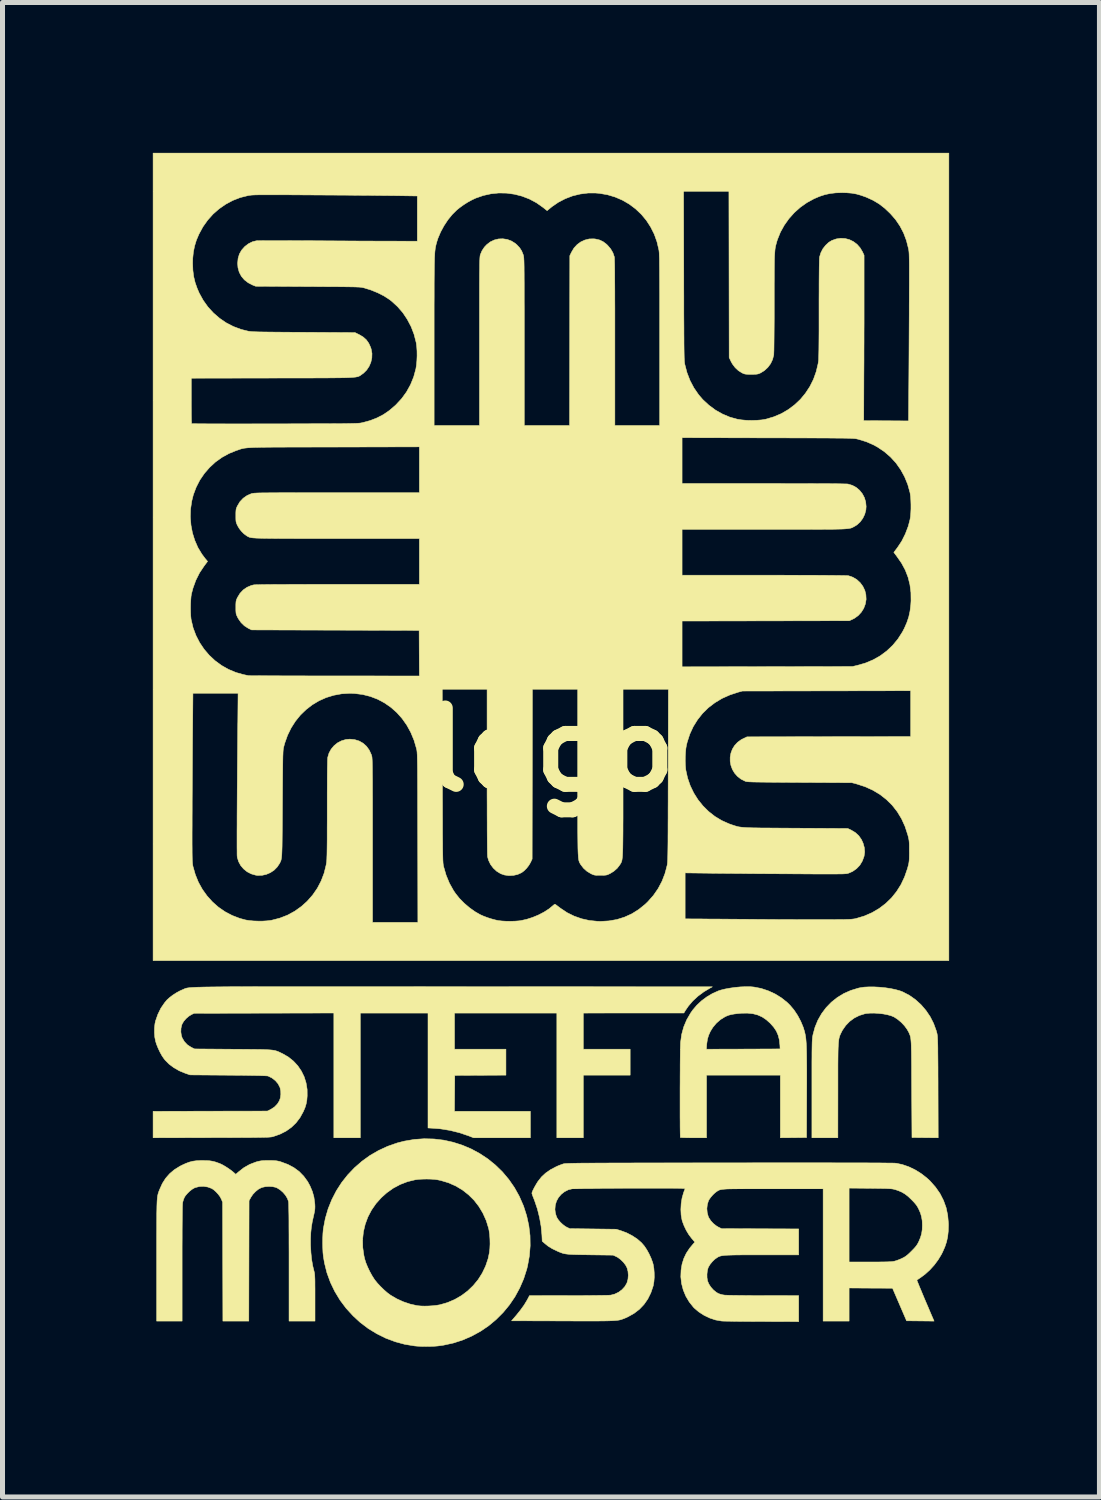
<source format=kicad_pcb>
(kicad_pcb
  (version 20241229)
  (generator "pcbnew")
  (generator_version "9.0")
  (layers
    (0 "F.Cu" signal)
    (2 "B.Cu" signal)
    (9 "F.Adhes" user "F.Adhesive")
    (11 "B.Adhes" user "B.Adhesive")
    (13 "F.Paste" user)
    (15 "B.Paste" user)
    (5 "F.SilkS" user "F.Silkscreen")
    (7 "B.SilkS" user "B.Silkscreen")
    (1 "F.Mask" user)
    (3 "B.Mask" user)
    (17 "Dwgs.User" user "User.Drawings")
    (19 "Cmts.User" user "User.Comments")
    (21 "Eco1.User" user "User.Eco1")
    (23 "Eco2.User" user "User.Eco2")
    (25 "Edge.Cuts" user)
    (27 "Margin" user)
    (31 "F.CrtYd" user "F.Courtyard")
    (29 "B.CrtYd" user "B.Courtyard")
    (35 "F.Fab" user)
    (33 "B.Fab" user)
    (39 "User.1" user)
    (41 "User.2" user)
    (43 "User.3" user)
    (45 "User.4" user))
  (footprint "logo"
    (layer "F.Cu")
    (at 7.94 11.913)
    (property "Reference" "logo" (at 0 0 0) (layer "F.SilkS") (effects (font (size 1.524 1.524) (thickness 0.3))))
    (attr through_hole)
    (fp_poly (pts (xy 3.982 4.727) (xy 4.057 4.734) (xy 4.2 4.762) (xy 4.341 4.809) (xy 4.476 4.871) (xy 4.601 4.948) (xy 4.715 5.038) (xy 4.776 5.098) (xy 4.855 5.192) (xy 4.927 5.3) (xy 4.989 5.417) (xy 5.039 5.537) (xy 5.066 5.625) (xy 5.073 5.657) (xy 5.08 5.689) (xy 5.086 5.724) (xy 5.091 5.763) (xy 5.095 5.807) (xy 5.099 5.857) (xy 5.102 5.915) (xy 5.104 5.982) (xy 5.106 6.06) (xy 5.107 6.15) (xy 5.108 6.252) (xy 5.109 6.37) (xy 5.109 6.503) (xy 5.109 6.654) (xy 5.108 6.823) (xy 5.108 6.868) (xy 5.105 7.737) (xy 4.844 7.74) (xy 4.582 7.742) (xy 4.582 6.492) (xy 3.109 6.492) (xy 3.109 7.742) (xy 2.852 7.742) (xy 2.781 7.742) (xy 2.718 7.741) (xy 2.664 7.74) (xy 2.622 7.738) (xy 2.596 7.737) (xy 2.587 7.735) (xy 2.586 7.724) (xy 2.585 7.694) (xy 2.584 7.647) (xy 2.583 7.585) (xy 2.582 7.51) (xy 2.582 7.423) (xy 2.581 7.326) (xy 2.581 7.221) (xy 2.581 7.109) (xy 2.581 6.993) (xy 2.581 6.874) (xy 2.581 6.753) (xy 2.582 6.633) (xy 2.582 6.515) (xy 2.583 6.4) (xy 2.583 6.292) (xy 2.584 6.191) (xy 2.585 6.098) (xy 2.586 6.017) (xy 2.587 5.974) (xy 3.106 5.974) (xy 3.841 5.972) (xy 4.577 5.969) (xy 4.574 5.898) (xy 4.563 5.791) (xy 4.539 5.697) (xy 4.502 5.612) (xy 4.448 5.532) (xy 4.379 5.455) (xy 4.3 5.385) (xy 4.218 5.33) (xy 4.131 5.291) (xy 4.035 5.266) (xy 3.929 5.255) (xy 3.81 5.256) (xy 3.734 5.263) (xy 3.66 5.272) (xy 3.601 5.283) (xy 3.551 5.296) (xy 3.506 5.314) (xy 3.48 5.326) (xy 3.389 5.382) (xy 3.306 5.454) (xy 3.235 5.539) (xy 3.186 5.618) (xy 3.151 5.696) (xy 3.128 5.772) (xy 3.115 5.857) (xy 3.112 5.885) (xy 3.106 5.974) (xy 2.587 5.974) (xy 2.587 5.948) (xy 2.589 5.894) (xy 2.59 5.855) (xy 2.591 5.839) (xy 2.613 5.68) (xy 2.654 5.53) (xy 2.714 5.387) (xy 2.793 5.251) (xy 2.835 5.191) (xy 2.916 5.096) (xy 3.01 5.008) (xy 3.115 4.93) (xy 3.226 4.864) (xy 3.339 4.813) (xy 3.389 4.796) (xy 3.476 4.774) (xy 3.574 4.756) (xy 3.679 4.741) (xy 3.786 4.731) (xy 3.889 4.727) (xy 3.982 4.727)) (stroke (width 0.01) (type solid)) (fill yes) (layer "F.SilkS"))
    (fp_poly (pts (xy 6.452 4.731) (xy 6.563 4.737) (xy 6.674 4.748) (xy 6.782 4.764) (xy 6.881 4.785) (xy 6.968 4.809) (xy 7.025 4.831) (xy 7.156 4.899) (xy 7.278 4.985) (xy 7.389 5.086) (xy 7.487 5.2) (xy 7.572 5.325) (xy 7.64 5.459) (xy 7.692 5.601) (xy 7.708 5.659) (xy 7.711 5.673) (xy 7.713 5.689) (xy 7.716 5.707) (xy 7.718 5.73) (xy 7.719 5.758) (xy 7.721 5.794) (xy 7.722 5.837) (xy 7.724 5.89) (xy 7.725 5.953) (xy 7.725 6.028) (xy 7.726 6.116) (xy 7.727 6.219) (xy 7.728 6.338) (xy 7.728 6.473) (xy 7.729 6.627) (xy 7.729 6.739) (xy 7.732 7.742) (xy 7.209 7.737) (xy 7.203 6.761) (xy 7.202 6.597) (xy 7.201 6.451) (xy 7.201 6.324) (xy 7.2 6.212) (xy 7.199 6.116) (xy 7.198 6.033) (xy 7.196 5.963) (xy 7.195 5.904) (xy 7.193 5.855) (xy 7.19 5.815) (xy 7.187 5.782) (xy 7.184 5.755) (xy 7.18 5.732) (xy 7.175 5.713) (xy 7.17 5.696) (xy 7.163 5.68) (xy 7.156 5.663) (xy 7.15 5.647) (xy 7.112 5.578) (xy 7.06 5.507) (xy 6.997 5.44) (xy 6.927 5.381) (xy 6.856 5.334) (xy 6.849 5.33) (xy 6.791 5.306) (xy 6.717 5.286) (xy 6.634 5.27) (xy 6.545 5.26) (xy 6.455 5.254) (xy 6.37 5.255) (xy 6.294 5.262) (xy 6.269 5.267) (xy 6.159 5.301) (xy 6.057 5.352) (xy 5.965 5.42) (xy 5.886 5.502) (xy 5.82 5.597) (xy 5.8 5.636) (xy 5.789 5.659) (xy 5.779 5.68) (xy 5.77 5.701) (xy 5.763 5.723) (xy 5.756 5.747) (xy 5.75 5.775) (xy 5.746 5.808) (xy 5.742 5.847) (xy 5.739 5.893) (xy 5.736 5.948) (xy 5.734 6.014) (xy 5.733 6.091) (xy 5.732 6.18) (xy 5.731 6.284) (xy 5.731 6.404) (xy 5.731 6.54) (xy 5.731 6.694) (xy 5.731 6.81) (xy 5.73 7.742) (xy 5.212 7.742) (xy 5.212 6.766) (xy 5.212 6.603) (xy 5.212 6.459) (xy 5.212 6.332) (xy 5.212 6.223) (xy 5.213 6.128) (xy 5.213 6.046) (xy 5.214 5.977) (xy 5.215 5.92) (xy 5.216 5.871) (xy 5.217 5.832) (xy 5.219 5.799) (xy 5.221 5.772) (xy 5.223 5.749) (xy 5.225 5.729) (xy 5.228 5.711) (xy 5.232 5.694) (xy 5.233 5.686) (xy 5.274 5.535) (xy 5.332 5.394) (xy 5.407 5.263) (xy 5.497 5.143) (xy 5.601 5.036) (xy 5.718 4.943) (xy 5.847 4.864) (xy 5.987 4.802) (xy 6.137 4.756) (xy 6.169 4.749) (xy 6.251 4.736) (xy 6.347 4.731) (xy 6.452 4.731)) (stroke (width 0.01) (type solid)) (fill yes) (layer "F.SilkS"))
    (fp_poly (pts (xy -2.33 7.766) (xy -2.137 7.789) (xy -1.948 7.831) (xy -1.763 7.89) (xy -1.586 7.965) (xy -1.416 8.057) (xy -1.254 8.164) (xy -1.104 8.286) (xy -0.964 8.422) (xy -0.837 8.573) (xy -0.724 8.736) (xy -0.626 8.912) (xy -0.625 8.915) (xy -0.542 9.105) (xy -0.48 9.299) (xy -0.437 9.496) (xy -0.413 9.696) (xy -0.41 9.897) (xy -0.426 10.098) (xy -0.462 10.298) (xy -0.478 10.363) (xy -0.54 10.557) (xy -0.62 10.741) (xy -0.715 10.916) (xy -0.826 11.079) (xy -0.951 11.23) (xy -1.09 11.369) (xy -1.24 11.494) (xy -1.402 11.604) (xy -1.574 11.698) (xy -1.755 11.777) (xy -1.944 11.838) (xy -2.141 11.881) (xy -2.258 11.897) (xy -2.324 11.902) (xy -2.403 11.905) (xy -2.489 11.906) (xy -2.574 11.905) (xy -2.653 11.901) (xy -2.713 11.896) (xy -2.91 11.864) (xy -3.103 11.812) (xy -3.29 11.742) (xy -3.47 11.653) (xy -3.642 11.548) (xy -3.804 11.425) (xy -3.942 11.298) (xy -4.083 11.144) (xy -4.205 10.981) (xy -4.31 10.807) (xy -4.397 10.626) (xy -4.466 10.436) (xy -4.515 10.24) (xy -4.537 10.109) (xy -4.545 10.032) (xy -4.549 9.942) (xy -4.551 9.844) (xy -4.55 9.773) (xy -3.754 9.773) (xy -3.751 9.931) (xy -3.728 10.092) (xy -3.713 10.159) (xy -3.689 10.236) (xy -3.654 10.321) (xy -3.612 10.409) (xy -3.566 10.493) (xy -3.519 10.567) (xy -3.508 10.582) (xy -3.457 10.645) (xy -3.395 10.711) (xy -3.328 10.776) (xy -3.262 10.834) (xy -3.2 10.88) (xy -3.194 10.884) (xy -3.073 10.955) (xy -2.943 11.014) (xy -2.808 11.06) (xy -2.674 11.09) (xy -2.647 11.094) (xy -2.587 11.099) (xy -2.515 11.101) (xy -2.435 11.099) (xy -2.355 11.094) (xy -2.282 11.086) (xy -2.221 11.076) (xy -2.215 11.075) (xy -2.061 11.031) (xy -1.916 10.969) (xy -1.781 10.891) (xy -1.657 10.798) (xy -1.546 10.691) (xy -1.448 10.572) (xy -1.366 10.442) (xy -1.299 10.302) (xy -1.249 10.153) (xy -1.224 10.033) (xy -1.215 9.952) (xy -1.211 9.861) (xy -1.213 9.766) (xy -1.219 9.673) (xy -1.231 9.589) (xy -1.239 9.55) (xy -1.287 9.394) (xy -1.353 9.247) (xy -1.434 9.112) (xy -1.529 8.989) (xy -1.639 8.88) (xy -1.761 8.784) (xy -1.895 8.704) (xy -2.04 8.64) (xy -2.194 8.594) (xy -2.255 8.581) (xy -2.317 8.572) (xy -2.393 8.567) (xy -2.476 8.565) (xy -2.56 8.567) (xy -2.637 8.571) (xy -2.703 8.58) (xy -2.704 8.58) (xy -2.857 8.617) (xy -3.003 8.673) (xy -3.142 8.747) (xy -3.273 8.84) (xy -3.38 8.936) (xy -3.487 9.055) (xy -3.577 9.185) (xy -3.649 9.323) (xy -3.702 9.467) (xy -3.738 9.618) (xy -3.754 9.773) (xy -4.55 9.773) (xy -4.55 9.746) (xy -4.546 9.652) (xy -4.539 9.571) (xy -4.536 9.55) (xy -4.498 9.351) (xy -4.442 9.159) (xy -4.368 8.975) (xy -4.278 8.8) (xy -4.172 8.635) (xy -4.051 8.482) (xy -3.916 8.34) (xy -3.768 8.211) (xy -3.609 8.096) (xy -3.438 7.997) (xy -3.257 7.913) (xy -3.067 7.846) (xy -2.922 7.809) (xy -2.724 7.775) (xy -2.526 7.761) (xy -2.33 7.766)) (stroke (width 0.01) (type solid)) (fill yes) (layer "F.SilkS"))
    (fp_poly (pts (xy -6.871 8.197) (xy -6.807 8.201) (xy -6.75 8.21) (xy -6.694 8.224) (xy -6.632 8.246) (xy -6.604 8.256) (xy -6.553 8.28) (xy -6.494 8.314) (xy -6.432 8.354) (xy -6.373 8.396) (xy -6.33 8.431) (xy -6.285 8.471) (xy -6.233 8.425) (xy -6.125 8.34) (xy -6.009 8.274) (xy -5.884 8.226) (xy -5.857 8.218) (xy -5.819 8.209) (xy -5.782 8.202) (xy -5.741 8.198) (xy -5.69 8.196) (xy -5.624 8.196) (xy -5.561 8.196) (xy -5.514 8.198) (xy -5.476 8.201) (xy -5.443 8.207) (xy -5.408 8.215) (xy -5.38 8.224) (xy -5.245 8.274) (xy -5.125 8.338) (xy -5.019 8.416) (xy -4.928 8.51) (xy -4.85 8.617) (xy -4.804 8.702) (xy -4.757 8.813) (xy -4.726 8.923) (xy -4.71 9.039) (xy -4.707 9.068) (xy -4.705 9.113) (xy -4.706 9.151) (xy -4.709 9.186) (xy -4.716 9.226) (xy -4.727 9.277) (xy -4.733 9.302) (xy -4.759 9.42) (xy -4.777 9.529) (xy -4.788 9.636) (xy -4.793 9.749) (xy -4.793 9.874) (xy -4.793 9.886) (xy -4.785 10.036) (xy -4.771 10.172) (xy -4.749 10.299) (xy -4.724 10.401) (xy -4.719 10.42) (xy -4.715 10.439) (xy -4.712 10.461) (xy -4.71 10.487) (xy -4.708 10.52) (xy -4.706 10.561) (xy -4.705 10.613) (xy -4.705 10.678) (xy -4.704 10.757) (xy -4.704 10.853) (xy -4.704 10.937) (xy -4.704 11.4) (xy -5.222 11.4) (xy -5.222 10.232) (xy -5.222 10.026) (xy -5.223 9.84) (xy -5.223 9.673) (xy -5.224 9.527) (xy -5.224 9.399) (xy -5.225 9.29) (xy -5.227 9.199) (xy -5.228 9.126) (xy -5.229 9.071) (xy -5.231 9.034) (xy -5.233 9.014) (xy -5.233 9.012) (xy -5.255 8.952) (xy -5.292 8.89) (xy -5.341 8.832) (xy -5.398 8.782) (xy -5.458 8.744) (xy -5.491 8.73) (xy -5.552 8.717) (xy -5.621 8.713) (xy -5.692 8.717) (xy -5.756 8.731) (xy -5.774 8.737) (xy -5.833 8.768) (xy -5.891 8.815) (xy -5.944 8.871) (xy -5.985 8.932) (xy -5.985 8.933) (xy -6.02 8.997) (xy -6.025 11.4) (xy -6.542 11.4) (xy -6.545 10.213) (xy -6.548 9.027) (xy -6.572 8.968) (xy -6.597 8.92) (xy -6.635 8.869) (xy -6.679 8.821) (xy -6.726 8.779) (xy -6.766 8.753) (xy -6.845 8.724) (xy -6.929 8.711) (xy -7.014 8.715) (xy -7.094 8.736) (xy -7.113 8.744) (xy -7.159 8.771) (xy -7.209 8.811) (xy -7.255 8.857) (xy -7.293 8.903) (xy -7.31 8.931) (xy -7.326 8.969) (xy -7.34 9.014) (xy -7.344 9.03) (xy -7.346 9.047) (xy -7.348 9.078) (xy -7.35 9.124) (xy -7.351 9.186) (xy -7.352 9.264) (xy -7.353 9.359) (xy -7.354 9.47) (xy -7.355 9.6) (xy -7.355 9.747) (xy -7.356 9.914) (xy -7.356 10.1) (xy -7.356 10.242) (xy -7.356 11.4) (xy -7.864 11.4) (xy -7.864 10.193) (xy -7.864 10.007) (xy -7.864 9.84) (xy -7.864 9.691) (xy -7.863 9.558) (xy -7.863 9.442) (xy -7.862 9.34) (xy -7.862 9.251) (xy -7.86 9.174) (xy -7.859 9.108) (xy -7.857 9.053) (xy -7.855 9.005) (xy -7.852 8.966) (xy -7.849 8.932) (xy -7.845 8.904) (xy -7.84 8.879) (xy -7.835 8.858) (xy -7.828 8.838) (xy -7.822 8.818) (xy -7.814 8.798) (xy -7.805 8.776) (xy -7.804 8.773) (xy -7.75 8.653) (xy -7.684 8.549) (xy -7.605 8.459) (xy -7.512 8.38) (xy -7.402 8.311) (xy -7.361 8.29) (xy -7.283 8.254) (xy -7.213 8.228) (xy -7.144 8.21) (xy -7.071 8.2) (xy -6.987 8.196) (xy -6.949 8.196) (xy -6.871 8.197)) (stroke (width 0.01) (type solid)) (fill yes) (layer "F.SilkS"))
    (fp_poly (pts (xy -4.589 4.726) (xy -4.33 4.726) (xy -4.054 4.726) (xy -3.761 4.726) (xy -3.45 4.726) (xy -3.122 4.726) (xy -2.775 4.726) (xy -2.408 4.727) (xy -2.022 4.727) (xy -1.919 4.727) (xy 3.226 4.729) (xy 3.18 4.754) (xy 3.055 4.829) (xy 2.939 4.915) (xy 2.835 5.011) (xy 2.747 5.114) (xy 2.69 5.197) (xy 2.657 5.252) (xy 1.654 5.252) (xy 0.65 5.253) (xy 0.65 5.974) (xy 1.585 5.974) (xy 1.585 6.492) (xy 0.65 6.492) (xy 0.65 7.742) (xy 0.122 7.742) (xy 0.122 5.253) (xy -1.92 5.253) (xy -1.92 5.974) (xy -0.894 5.974) (xy -0.894 6.492) (xy -1.915 6.497) (xy -1.921 7.214) (xy -0.406 7.214) (xy -0.406 7.742) (xy -1.539 7.742) (xy -1.631 7.706) (xy -1.815 7.643) (xy -2.008 7.595) (xy -2.204 7.563) (xy -2.328 7.553) (xy -2.449 7.546) (xy -2.449 5.253) (xy -3.8 5.253) (xy -3.8 7.742) (xy -4.328 7.742) (xy -4.328 6.497) (xy -4.328 5.252) (xy -5.723 5.255) (xy -7.117 5.258) (xy -7.175 5.286) (xy -7.228 5.32) (xy -7.279 5.365) (xy -7.323 5.416) (xy -7.354 5.469) (xy -7.362 5.488) (xy -7.378 5.556) (xy -7.381 5.629) (xy -7.371 5.699) (xy -7.354 5.751) (xy -7.308 5.827) (xy -7.248 5.889) (xy -7.175 5.936) (xy -7.107 5.969) (xy -6.34 5.975) (xy -6.193 5.976) (xy -6.064 5.977) (xy -5.953 5.978) (xy -5.857 5.979) (xy -5.776 5.98) (xy -5.707 5.982) (xy -5.649 5.985) (xy -5.601 5.988) (xy -5.56 5.992) (xy -5.526 5.997) (xy -5.496 6.003) (xy -5.47 6.011) (xy -5.445 6.02) (xy -5.421 6.03) (xy -5.395 6.043) (xy -5.366 6.057) (xy -5.349 6.065) (xy -5.235 6.131) (xy -5.134 6.212) (xy -5.047 6.306) (xy -4.976 6.411) (xy -4.92 6.525) (xy -4.882 6.648) (xy -4.861 6.777) (xy -4.86 6.907) (xy -4.867 6.993) (xy -4.881 7.067) (xy -4.902 7.137) (xy -4.934 7.212) (xy -4.937 7.219) (xy -5.003 7.339) (xy -5.082 7.443) (xy -5.175 7.533) (xy -5.282 7.609) (xy -5.403 7.67) (xy -5.537 7.717) (xy -5.548 7.72) (xy -5.56 7.723) (xy -5.575 7.725) (xy -5.593 7.727) (xy -5.615 7.729) (xy -5.644 7.731) (xy -5.679 7.732) (xy -5.723 7.733) (xy -5.776 7.734) (xy -5.839 7.735) (xy -5.914 7.736) (xy -6.001 7.737) (xy -6.103 7.737) (xy -6.22 7.738) (xy -6.352 7.738) (xy -6.503 7.739) (xy -6.672 7.739) (xy -6.769 7.739) (xy -7.935 7.742) (xy -7.935 7.214) (xy -6.794 7.211) (xy -5.654 7.209) (xy -5.586 7.175) (xy -5.513 7.128) (xy -5.454 7.067) (xy -5.414 7.002) (xy -5.395 6.945) (xy -5.386 6.877) (xy -5.388 6.808) (xy -5.401 6.745) (xy -5.405 6.734) (xy -5.441 6.664) (xy -5.494 6.602) (xy -5.56 6.55) (xy -5.634 6.513) (xy -5.644 6.509) (xy -5.661 6.507) (xy -5.698 6.505) (xy -5.754 6.503) (xy -5.83 6.5) (xy -5.925 6.499) (xy -6.038 6.497) (xy -6.169 6.495) (xy -6.318 6.494) (xy -6.436 6.493) (xy -7.198 6.487) (xy -7.299 6.452) (xy -7.415 6.404) (xy -7.522 6.342) (xy -7.617 6.271) (xy -7.697 6.19) (xy -7.717 6.164) (xy -7.757 6.106) (xy -7.797 6.034) (xy -7.834 5.956) (xy -7.865 5.88) (xy -7.885 5.817) (xy -7.901 5.735) (xy -7.908 5.645) (xy -7.907 5.553) (xy -7.898 5.467) (xy -7.886 5.411) (xy -7.839 5.277) (xy -7.779 5.155) (xy -7.705 5.047) (xy -7.658 4.991) (xy -7.606 4.944) (xy -7.542 4.895) (xy -7.471 4.849) (xy -7.399 4.81) (xy -7.343 4.785) (xy -7.332 4.781) (xy -7.323 4.776) (xy -7.314 4.772) (xy -7.305 4.768) (xy -7.296 4.765) (xy -7.287 4.761) (xy -7.276 4.758) (xy -7.263 4.755) (xy -7.248 4.752) (xy -7.231 4.75) (xy -7.21 4.747) (xy -7.185 4.745) (xy -7.155 4.743) (xy -7.121 4.741) (xy -7.081 4.739) (xy -7.036 4.737) (xy -6.983 4.736) (xy -6.924 4.734) (xy -6.857 4.733) (xy -6.782 4.732) (xy -6.699 4.731) (xy -6.606 4.73) (xy -6.504 4.729) (xy -6.391 4.728) (xy -6.268 4.728) (xy -6.133 4.727) (xy -5.987 4.727) (xy -5.828 4.726) (xy -5.657 4.726) (xy -5.472 4.726) (xy -5.274 4.726) (xy -5.06 4.726) (xy -4.833 4.726) (xy -4.589 4.726)) (stroke (width 0.01) (type solid)) (fill yes) (layer "F.SilkS"))
    (fp_poly (pts (xy 5.27 8.241) (xy 5.49 8.241) (xy 5.692 8.242) (xy 5.877 8.242) (xy 6.045 8.242) (xy 6.196 8.242) (xy 6.332 8.243) (xy 6.452 8.244) (xy 6.557 8.244) (xy 6.647 8.245) (xy 6.722 8.246) (xy 6.784 8.246) (xy 6.831 8.247) (xy 6.866 8.248) (xy 6.887 8.25) (xy 6.894 8.25) (xy 7.019 8.277) (xy 7.146 8.321) (xy 7.271 8.381) (xy 7.392 8.456) (xy 7.504 8.543) (xy 7.57 8.604) (xy 7.678 8.726) (xy 7.768 8.855) (xy 7.838 8.992) (xy 7.89 9.136) (xy 7.922 9.288) (xy 7.936 9.447) (xy 7.937 9.483) (xy 7.933 9.606) (xy 7.921 9.716) (xy 7.899 9.818) (xy 7.866 9.917) (xy 7.821 10.02) (xy 7.796 10.07) (xy 7.731 10.177) (xy 7.653 10.282) (xy 7.564 10.38) (xy 7.469 10.466) (xy 7.391 10.524) (xy 7.356 10.548) (xy 7.328 10.567) (xy 7.31 10.579) (xy 7.307 10.582) (xy 7.31 10.592) (xy 7.32 10.618) (xy 7.337 10.66) (xy 7.359 10.715) (xy 7.387 10.781) (xy 7.418 10.856) (xy 7.453 10.94) (xy 7.491 11.029) (xy 7.531 11.122) (xy 7.571 11.217) (xy 7.612 11.313) (xy 7.614 11.316) (xy 7.65 11.4) (xy 7.375 11.397) (xy 7.101 11.394) (xy 6.961 11.069) (xy 6.821 10.744) (xy 6.387 10.742) (xy 5.954 10.739) (xy 5.954 11.4) (xy 5.436 11.4) (xy 5.436 10.221) (xy 5.954 10.221) (xy 6.373 10.221) (xy 6.482 10.221) (xy 6.573 10.22) (xy 6.648 10.219) (xy 6.708 10.218) (xy 6.756 10.216) (xy 6.794 10.214) (xy 6.824 10.211) (xy 6.847 10.207) (xy 6.858 10.205) (xy 6.899 10.193) (xy 6.948 10.175) (xy 6.998 10.154) (xy 7.01 10.148) (xy 7.05 10.128) (xy 7.083 10.107) (xy 7.117 10.081) (xy 7.154 10.048) (xy 7.199 10.004) (xy 7.244 9.958) (xy 7.277 9.921) (xy 7.303 9.888) (xy 7.324 9.854) (xy 7.344 9.815) (xy 7.378 9.734) (xy 7.401 9.657) (xy 7.413 9.577) (xy 7.416 9.489) (xy 7.413 9.398) (xy 7.4 9.319) (xy 7.378 9.243) (xy 7.343 9.164) (xy 7.322 9.124) (xy 7.3 9.089) (xy 7.273 9.055) (xy 7.238 9.016) (xy 7.199 8.976) (xy 7.133 8.913) (xy 7.071 8.865) (xy 7.009 8.828) (xy 6.94 8.798) (xy 6.878 8.777) (xy 6.859 8.772) (xy 6.839 8.767) (xy 6.818 8.763) (xy 6.793 8.76) (xy 6.762 8.758) (xy 6.723 8.756) (xy 6.673 8.754) (xy 6.61 8.753) (xy 6.533 8.752) (xy 6.439 8.751) (xy 6.378 8.75) (xy 5.954 8.746) (xy 5.954 10.221) (xy 5.436 10.221) (xy 5.436 8.758) (xy 4.447 8.758) (xy 4.278 8.758) (xy 4.129 8.758) (xy 3.997 8.758) (xy 3.882 8.758) (xy 3.783 8.759) (xy 3.697 8.76) (xy 3.624 8.761) (xy 3.563 8.762) (xy 3.512 8.764) (xy 3.47 8.767) (xy 3.436 8.77) (xy 3.409 8.774) (xy 3.387 8.778) (xy 3.369 8.783) (xy 3.354 8.789) (xy 3.341 8.796) (xy 3.328 8.804) (xy 3.314 8.813) (xy 3.313 8.813) (xy 3.275 8.843) (xy 3.234 8.882) (xy 3.195 8.927) (xy 3.164 8.97) (xy 3.148 8.998) (xy 3.125 9.073) (xy 3.116 9.155) (xy 3.123 9.237) (xy 3.144 9.314) (xy 3.156 9.339) (xy 3.193 9.396) (xy 3.244 9.452) (xy 3.303 9.499) (xy 3.348 9.526) (xy 3.409 9.555) (xy 4.178 9.558) (xy 4.948 9.561) (xy 4.948 10.079) (xy 4.214 10.079) (xy 4.067 10.079) (xy 3.939 10.079) (xy 3.829 10.079) (xy 3.734 10.08) (xy 3.654 10.081) (xy 3.587 10.083) (xy 3.531 10.085) (xy 3.486 10.087) (xy 3.449 10.091) (xy 3.419 10.095) (xy 3.394 10.1) (xy 3.374 10.106) (xy 3.356 10.113) (xy 3.339 10.121) (xy 3.323 10.131) (xy 3.32 10.133) (xy 3.272 10.167) (xy 3.224 10.214) (xy 3.182 10.265) (xy 3.15 10.317) (xy 3.14 10.339) (xy 3.125 10.397) (xy 3.118 10.465) (xy 3.119 10.534) (xy 3.129 10.595) (xy 3.129 10.597) (xy 3.154 10.658) (xy 3.194 10.72) (xy 3.245 10.777) (xy 3.303 10.825) (xy 3.346 10.85) (xy 3.379 10.862) (xy 3.423 10.874) (xy 3.465 10.881) (xy 3.488 10.883) (xy 3.53 10.884) (xy 3.588 10.886) (xy 3.661 10.887) (xy 3.747 10.888) (xy 3.844 10.889) (xy 3.951 10.89) (xy 4.064 10.891) (xy 4.184 10.891) (xy 4.244 10.891) (xy 4.948 10.892) (xy 4.948 11.41) (xy 4.219 11.408) (xy 4.097 11.408) (xy 3.978 11.407) (xy 3.866 11.407) (xy 3.761 11.406) (xy 3.666 11.405) (xy 3.583 11.403) (xy 3.513 11.402) (xy 3.458 11.401) (xy 3.42 11.399) (xy 3.405 11.398) (xy 3.288 11.377) (xy 3.171 11.338) (xy 3.059 11.284) (xy 2.956 11.218) (xy 2.866 11.141) (xy 2.849 11.124) (xy 2.765 11.019) (xy 2.696 10.903) (xy 2.645 10.78) (xy 2.611 10.65) (xy 2.596 10.517) (xy 2.601 10.383) (xy 2.601 10.383) (xy 2.621 10.262) (xy 2.656 10.151) (xy 2.705 10.047) (xy 2.772 9.946) (xy 2.837 9.868) (xy 2.876 9.824) (xy 2.81 9.746) (xy 2.755 9.673) (xy 2.704 9.588) (xy 2.661 9.498) (xy 2.628 9.411) (xy 2.62 9.383) (xy 2.602 9.282) (xy 2.597 9.172) (xy 2.603 9.057) (xy 2.621 8.944) (xy 2.651 8.839) (xy 2.661 8.811) (xy 2.673 8.781) (xy 2.68 8.759) (xy 2.682 8.752) (xy 2.672 8.751) (xy 2.644 8.751) (xy 2.598 8.75) (xy 2.537 8.749) (xy 2.461 8.749) (xy 2.373 8.748) (xy 2.275 8.748) (xy 2.167 8.748) (xy 2.051 8.748) (xy 1.929 8.748) (xy 1.803 8.748) (xy 1.674 8.748) (xy 1.543 8.748) (xy 1.413 8.749) (xy 1.284 8.749) (xy 1.159 8.75) (xy 1.038 8.75) (xy 0.924 8.751) (xy 0.819 8.752) (xy 0.722 8.752) (xy 0.637 8.753) (xy 0.565 8.754) (xy 0.508 8.755) (xy 0.466 8.756) (xy 0.442 8.757) (xy 0.438 8.758) (xy 0.352 8.779) (xy 0.275 8.818) (xy 0.209 8.87) (xy 0.155 8.933) (xy 0.115 9.006) (xy 0.091 9.086) (xy 0.084 9.171) (xy 0.091 9.23) (xy 0.101 9.273) (xy 0.115 9.316) (xy 0.124 9.336) (xy 0.152 9.38) (xy 0.192 9.427) (xy 0.24 9.472) (xy 0.289 9.509) (xy 0.324 9.529) (xy 0.381 9.555) (xy 0.843 9.561) (xy 1.306 9.567) (xy 1.395 9.594) (xy 1.514 9.638) (xy 1.624 9.695) (xy 1.725 9.761) (xy 1.811 9.836) (xy 1.868 9.902) (xy 1.916 9.974) (xy 1.962 10.057) (xy 2.002 10.144) (xy 2.033 10.228) (xy 2.044 10.267) (xy 2.058 10.347) (xy 2.065 10.436) (xy 2.066 10.528) (xy 2.059 10.616) (xy 2.046 10.692) (xy 2.044 10.7) (xy 1.998 10.836) (xy 1.937 10.959) (xy 1.861 11.068) (xy 1.77 11.164) (xy 1.663 11.246) (xy 1.542 11.314) (xy 1.489 11.338) (xy 1.465 11.348) (xy 1.443 11.356) (xy 1.422 11.364) (xy 1.4 11.371) (xy 1.376 11.377) (xy 1.349 11.382) (xy 1.317 11.386) (xy 1.279 11.389) (xy 1.235 11.392) (xy 1.182 11.394) (xy 1.119 11.396) (xy 1.045 11.397) (xy 0.959 11.398) (xy 0.86 11.398) (xy 0.746 11.398) (xy 0.616 11.398) (xy 0.468 11.398) (xy 0.302 11.397) (xy 0.237 11.397) (xy -0.781 11.394) (xy -0.69 11.288) (xy -0.604 11.181) (xy -0.529 11.077) (xy -0.47 10.979) (xy -0.457 10.955) (xy -0.424 10.892) (xy 0.355 10.891) (xy 0.48 10.891) (xy 0.602 10.891) (xy 0.716 10.89) (xy 0.823 10.889) (xy 0.92 10.888) (xy 1.005 10.887) (xy 1.078 10.886) (xy 1.135 10.885) (xy 1.175 10.883) (xy 1.197 10.882) (xy 1.198 10.882) (xy 1.278 10.861) (xy 1.354 10.824) (xy 1.422 10.774) (xy 1.478 10.713) (xy 1.518 10.645) (xy 1.524 10.63) (xy 1.542 10.562) (xy 1.548 10.485) (xy 1.542 10.408) (xy 1.524 10.34) (xy 1.524 10.339) (xy 1.494 10.282) (xy 1.45 10.225) (xy 1.397 10.173) (xy 1.34 10.13) (xy 1.308 10.113) (xy 1.245 10.084) (xy 0.787 10.078) (xy 0.674 10.076) (xy 0.579 10.075) (xy 0.499 10.073) (xy 0.434 10.071) (xy 0.379 10.068) (xy 0.335 10.064) (xy 0.297 10.059) (xy 0.264 10.053) (xy 0.234 10.045) (xy 0.204 10.034) (xy 0.173 10.022) (xy 0.138 10.007) (xy 0.129 10.003) (xy 0.03 9.955) (xy -0.053 9.904) (xy -0.116 9.853) (xy -0.17 9.806) (xy -0.176 9.681) (xy -0.192 9.51) (xy -0.223 9.335) (xy -0.266 9.162) (xy -0.321 8.999) (xy -0.336 8.96) (xy -0.353 8.918) (xy -0.366 8.882) (xy -0.374 8.857) (xy -0.376 8.848) (xy -0.371 8.828) (xy -0.357 8.794) (xy -0.336 8.752) (xy -0.311 8.706) (xy -0.284 8.659) (xy -0.257 8.616) (xy -0.252 8.609) (xy -0.183 8.522) (xy -0.101 8.446) (xy -0.005 8.379) (xy 0.105 8.321) (xy 0.151 8.3) (xy 0.2 8.281) (xy 0.242 8.266) (xy 0.249 8.264) (xy 0.255 8.262) (xy 0.263 8.26) (xy 0.272 8.259) (xy 0.284 8.257) (xy 0.3 8.256) (xy 0.319 8.255) (xy 0.343 8.254) (xy 0.372 8.253) (xy 0.407 8.252) (xy 0.449 8.251) (xy 0.498 8.25) (xy 0.555 8.249) (xy 0.62 8.248) (xy 0.695 8.248) (xy 0.78 8.247) (xy 0.875 8.247) (xy 0.982 8.246) (xy 1.1 8.246) (xy 1.231 8.245) (xy 1.376 8.245) (xy 1.534 8.245) (xy 1.707 8.244) (xy 1.895 8.244) (xy 2.099 8.244) (xy 2.32 8.243) (xy 2.558 8.243) (xy 2.813 8.243) (xy 3.088 8.242) (xy 3.382 8.242) (xy 3.561 8.242) (xy 3.894 8.242) (xy 4.208 8.241) (xy 4.502 8.241) (xy 4.777 8.241) (xy 5.033 8.241) (xy 5.27 8.241)) (stroke (width 0.01) (type solid)) (fill yes) (layer "F.SilkS"))
    (fp_poly (pts (xy 7.945 4.206) (xy -7.935 4.206) (xy -7.935 1.775) (xy -7.157 1.775) (xy -7.157 1.879) (xy -7.156 1.968) (xy -7.156 2.042) (xy -7.155 2.104) (xy -7.154 2.155) (xy -7.153 2.197) (xy -7.151 2.23) (xy -7.149 2.258) (xy -7.147 2.281) (xy -7.144 2.3) (xy -7.141 2.318) (xy -7.139 2.327) (xy -7.093 2.488) (xy -7.031 2.641) (xy -6.952 2.784) (xy -6.858 2.915) (xy -6.751 3.034) (xy -6.631 3.14) (xy -6.499 3.231) (xy -6.356 3.306) (xy -6.205 3.364) (xy -6.086 3.396) (xy -6.016 3.407) (xy -5.933 3.415) (xy -5.842 3.418) (xy -5.75 3.418) (xy -5.663 3.413) (xy -5.587 3.404) (xy -5.566 3.4) (xy -5.404 3.358) (xy -5.25 3.298) (xy -5.106 3.219) (xy -4.972 3.123) (xy -4.861 3.023) (xy -4.751 2.898) (xy -4.657 2.762) (xy -4.581 2.616) (xy -4.522 2.461) (xy -4.482 2.299) (xy -4.475 2.256) (xy -4.472 2.236) (xy -4.47 2.211) (xy -4.468 2.179) (xy -4.467 2.14) (xy -4.465 2.093) (xy -4.464 2.035) (xy -4.463 1.966) (xy -4.462 1.884) (xy -4.461 1.789) (xy -4.461 1.678) (xy -4.461 1.552) (xy -4.46 1.408) (xy -4.46 1.246) (xy -4.46 1.182) (xy -4.46 1.009) (xy -4.46 0.85) (xy -4.459 0.705) (xy -4.459 0.575) (xy -4.458 0.461) (xy -4.457 0.363) (xy -4.455 0.283) (xy -4.454 0.221) (xy -4.452 0.177) (xy -4.45 0.154) (xy -4.45 0.151) (xy -4.424 0.064) (xy -4.381 -0.014) (xy -4.323 -0.083) (xy -4.254 -0.139) (xy -4.175 -0.18) (xy -4.088 -0.206) (xy -4.008 -0.213) (xy -3.911 -0.203) (xy -3.823 -0.176) (xy -3.744 -0.131) (xy -3.677 -0.071) (xy -3.622 0.005) (xy -3.581 0.094) (xy -3.572 0.121) (xy -3.57 0.13) (xy -3.568 0.141) (xy -3.566 0.156) (xy -3.565 0.176) (xy -3.563 0.202) (xy -3.562 0.233) (xy -3.561 0.273) (xy -3.56 0.32) (xy -3.559 0.378) (xy -3.559 0.445) (xy -3.558 0.523) (xy -3.557 0.614) (xy -3.557 0.718) (xy -3.557 0.836) (xy -3.556 0.969) (xy -3.556 1.118) (xy -3.556 1.284) (xy -3.556 1.467) (xy -3.556 1.67) (xy -3.556 1.81) (xy -3.556 3.444) (xy -2.651 3.444) (xy -2.654 1.755) (xy -2.655 1.538) (xy -2.655 1.341) (xy -2.656 1.161) (xy -2.656 1) (xy -2.656 0.855) (xy -2.657 0.725) (xy -2.657 0.61) (xy -2.658 0.508) (xy -2.658 0.419) (xy -2.659 0.342) (xy -2.66 0.275) (xy -2.661 0.219) (xy -2.662 0.171) (xy -2.663 0.131) (xy -2.664 0.097) (xy -2.666 0.07) (xy -2.667 0.048) (xy -2.669 0.03) (xy -2.671 0.014) (xy -2.673 0.001) (xy -2.676 -0.011) (xy -2.679 -0.023) (xy -2.679 -0.025) (xy -2.728 -0.192) (xy -2.793 -0.348) (xy -2.872 -0.492) (xy -2.965 -0.624) (xy -3.07 -0.742) (xy -3.187 -0.846) (xy -3.315 -0.935) (xy -3.453 -1.009) (xy -3.599 -1.065) (xy -3.753 -1.104) (xy -3.914 -1.124) (xy -4.008 -1.128) (xy -4.172 -1.118) (xy -4.329 -1.089) (xy -4.48 -1.043) (xy -4.624 -0.979) (xy -4.758 -0.899) (xy -4.881 -0.804) (xy -4.994 -0.695) (xy -5.094 -0.572) (xy -5.18 -0.437) (xy -5.252 -0.29) (xy -5.308 -0.133) (xy -5.33 -0.051) (xy -5.333 -0.037) (xy -5.336 -0.021) (xy -5.338 -0.002) (xy -5.34 0.021) (xy -5.342 0.051) (xy -5.343 0.087) (xy -5.345 0.131) (xy -5.346 0.185) (xy -5.347 0.25) (xy -5.348 0.326) (xy -5.349 0.416) (xy -5.35 0.52) (xy -5.351 0.639) (xy -5.352 0.775) (xy -5.353 0.929) (xy -5.354 1.082) (xy -5.355 1.254) (xy -5.356 1.407) (xy -5.357 1.541) (xy -5.358 1.66) (xy -5.359 1.762) (xy -5.36 1.851) (xy -5.361 1.927) (xy -5.363 1.991) (xy -5.365 2.044) (xy -5.367 2.089) (xy -5.37 2.125) (xy -5.373 2.154) (xy -5.377 2.178) (xy -5.381 2.198) (xy -5.386 2.214) (xy -5.392 2.229) (xy -5.399 2.243) (xy -5.406 2.258) (xy -5.41 2.266) (xy -5.459 2.339) (xy -5.521 2.402) (xy -5.595 2.451) (xy -5.677 2.486) (xy -5.764 2.505) (xy -5.853 2.506) (xy -5.888 2.501) (xy -5.978 2.475) (xy -6.059 2.433) (xy -6.129 2.376) (xy -6.187 2.308) (xy -6.229 2.23) (xy -6.255 2.145) (xy -6.256 2.133) (xy -6.258 2.115) (xy -6.259 2.077) (xy -6.259 2.02) (xy -6.26 1.946) (xy -6.26 1.854) (xy -6.26 1.746) (xy -6.26 1.623) (xy -6.259 1.485) (xy -6.259 1.333) (xy -6.258 1.169) (xy -6.257 0.992) (xy -6.256 0.803) (xy -6.254 0.604) (xy -6.253 0.396) (xy -6.251 0.178) (xy -6.249 -0.047) (xy -6.247 -0.28) (xy -6.245 -0.52) (xy -6.244 -0.556) (xy -6.239 -1.128) (xy -7.14 -1.128) (xy -7.148 -0.17) (xy -7.149 -0.011) (xy -7.15 0.159) (xy -7.151 0.335) (xy -7.152 0.514) (xy -7.153 0.694) (xy -7.154 0.87) (xy -7.155 1.041) (xy -7.155 1.201) (xy -7.156 1.348) (xy -7.156 1.48) (xy -7.156 1.514) (xy -7.157 1.654) (xy -7.157 1.775) (xy -7.935 1.775) (xy -7.935 -1.209) (xy -2.165 -1.209) (xy -2.161 0.516) (xy -2.161 0.735) (xy -2.161 0.935) (xy -2.16 1.116) (xy -2.16 1.281) (xy -2.159 1.428) (xy -2.159 1.56) (xy -2.159 1.677) (xy -2.158 1.781) (xy -2.157 1.872) (xy -2.157 1.951) (xy -2.156 2.02) (xy -2.155 2.078) (xy -2.154 2.128) (xy -2.153 2.169) (xy -2.152 2.204) (xy -2.15 2.232) (xy -2.149 2.255) (xy -2.147 2.274) (xy -2.145 2.29) (xy -2.143 2.304) (xy -2.141 2.316) (xy -2.138 2.328) (xy -2.137 2.332) (xy -2.088 2.501) (xy -2.022 2.661) (xy -1.94 2.808) (xy -1.899 2.868) (xy -1.82 2.967) (xy -1.725 3.063) (xy -1.619 3.153) (xy -1.509 3.231) (xy -1.404 3.291) (xy -1.338 3.32) (xy -1.261 3.349) (xy -1.179 3.375) (xy -1.1 3.396) (xy -1.045 3.408) (xy -0.973 3.416) (xy -0.888 3.421) (xy -0.798 3.422) (xy -0.709 3.419) (xy -0.631 3.413) (xy -0.602 3.409) (xy -0.482 3.383) (xy -0.361 3.344) (xy -0.243 3.295) (xy -0.132 3.237) (xy -0.033 3.173) (xy 0.048 3.106) (xy 0.069 3.088) (xy 0.083 3.082) (xy 0.096 3.087) (xy 0.1 3.09) (xy 0.116 3.102) (xy 0.144 3.123) (xy 0.178 3.149) (xy 0.2 3.165) (xy 0.328 3.25) (xy 0.468 3.319) (xy 0.616 3.371) (xy 0.772 3.406) (xy 0.933 3.422) (xy 0.996 3.424) (xy 1.162 3.414) (xy 1.322 3.386) (xy 1.474 3.338) (xy 1.619 3.272) (xy 1.755 3.187) (xy 1.884 3.083) (xy 1.936 3.033) (xy 2.048 2.907) (xy 2.143 2.77) (xy 2.221 2.622) (xy 2.282 2.464) (xy 2.284 2.456) (xy 2.682 2.456) (xy 2.682 3.373) (xy 2.903 3.375) (xy 2.947 3.375) (xy 3.009 3.375) (xy 3.087 3.376) (xy 3.18 3.377) (xy 3.286 3.377) (xy 3.402 3.378) (xy 3.528 3.379) (xy 3.66 3.38) (xy 3.798 3.381) (xy 3.938 3.382) (xy 4.054 3.383) (xy 4.205 3.384) (xy 4.36 3.385) (xy 4.518 3.386) (xy 4.676 3.387) (xy 4.83 3.387) (xy 4.979 3.388) (xy 5.119 3.388) (xy 5.248 3.388) (xy 5.363 3.388) (xy 5.461 3.388) (xy 5.497 3.388) (xy 5.613 3.388) (xy 5.711 3.387) (xy 5.792 3.387) (xy 5.859 3.386) (xy 5.914 3.384) (xy 5.958 3.383) (xy 5.993 3.381) (xy 6.022 3.378) (xy 6.046 3.375) (xy 6.067 3.372) (xy 6.088 3.367) (xy 6.096 3.365) (xy 6.26 3.316) (xy 6.413 3.249) (xy 6.554 3.166) (xy 6.683 3.068) (xy 6.8 2.955) (xy 6.902 2.828) (xy 6.99 2.688) (xy 7.062 2.535) (xy 7.119 2.37) (xy 7.125 2.347) (xy 7.136 2.307) (xy 7.144 2.273) (xy 7.149 2.242) (xy 7.153 2.209) (xy 7.155 2.17) (xy 7.156 2.122) (xy 7.157 2.059) (xy 7.156 2.022) (xy 7.156 1.951) (xy 7.156 1.895) (xy 7.154 1.852) (xy 7.151 1.817) (xy 7.146 1.785) (xy 7.139 1.752) (xy 7.13 1.715) (xy 7.125 1.697) (xy 7.071 1.53) (xy 7.001 1.376) (xy 6.915 1.234) (xy 6.814 1.105) (xy 6.698 0.991) (xy 6.569 0.89) (xy 6.427 0.805) (xy 6.271 0.735) (xy 6.111 0.683) (xy 6.01 0.656) (xy 4.968 0.651) (xy 4.799 0.65) (xy 4.649 0.649) (xy 4.517 0.648) (xy 4.402 0.647) (xy 4.302 0.646) (xy 4.216 0.645) (xy 4.144 0.644) (xy 4.083 0.643) (xy 4.033 0.642) (xy 3.993 0.64) (xy 3.961 0.639) (xy 3.936 0.637) (xy 3.917 0.635) (xy 3.902 0.633) (xy 3.891 0.63) (xy 3.883 0.627) (xy 3.882 0.627) (xy 3.796 0.584) (xy 3.725 0.528) (xy 3.668 0.463) (xy 3.625 0.39) (xy 3.596 0.311) (xy 3.581 0.229) (xy 3.581 0.147) (xy 3.596 0.065) (xy 3.625 -0.013) (xy 3.669 -0.085) (xy 3.728 -0.149) (xy 3.802 -0.203) (xy 3.84 -0.222) (xy 3.917 -0.259) (xy 5.55 -0.262) (xy 7.183 -0.264) (xy 7.183 -1.179) (xy 3.825 -1.173) (xy 3.744 -1.151) (xy 3.576 -1.096) (xy 3.419 -1.026) (xy 3.276 -0.94) (xy 3.146 -0.841) (xy 3.03 -0.727) (xy 2.93 -0.601) (xy 2.844 -0.463) (xy 2.775 -0.313) (xy 2.723 -0.153) (xy 2.708 -0.091) (xy 2.697 -0.028) (xy 2.69 0.05) (xy 2.685 0.136) (xy 2.684 0.224) (xy 2.687 0.307) (xy 2.693 0.38) (xy 2.696 0.404) (xy 2.731 0.563) (xy 2.784 0.716) (xy 2.854 0.861) (xy 2.939 0.996) (xy 3.039 1.12) (xy 3.151 1.231) (xy 3.276 1.329) (xy 3.412 1.411) (xy 3.557 1.476) (xy 3.605 1.493) (xy 3.635 1.503) (xy 3.662 1.512) (xy 3.687 1.52) (xy 3.712 1.527) (xy 3.737 1.534) (xy 3.765 1.539) (xy 3.795 1.543) (xy 3.83 1.547) (xy 3.872 1.55) (xy 3.92 1.553) (xy 3.977 1.555) (xy 4.044 1.557) (xy 4.122 1.558) (xy 4.213 1.56) (xy 4.317 1.56) (xy 4.437 1.561) (xy 4.573 1.562) (xy 4.727 1.563) (xy 4.887 1.564) (xy 5.928 1.57) (xy 5.996 1.602) (xy 6.078 1.651) (xy 6.146 1.713) (xy 6.2 1.79) (xy 6.233 1.862) (xy 6.258 1.952) (xy 6.265 2.038) (xy 6.253 2.124) (xy 6.221 2.212) (xy 6.217 2.221) (xy 6.168 2.303) (xy 6.103 2.371) (xy 6.025 2.426) (xy 5.948 2.46) (xy 5.938 2.463) (xy 5.929 2.466) (xy 5.918 2.469) (xy 5.905 2.471) (xy 5.888 2.473) (xy 5.866 2.474) (xy 5.838 2.476) (xy 5.804 2.477) (xy 5.761 2.477) (xy 5.708 2.478) (xy 5.645 2.478) (xy 5.57 2.478) (xy 5.482 2.478) (xy 5.38 2.478) (xy 5.263 2.478) (xy 5.129 2.477) (xy 4.978 2.476) (xy 4.808 2.475) (xy 4.755 2.475) (xy 4.593 2.474) (xy 4.429 2.473) (xy 4.265 2.472) (xy 4.103 2.471) (xy 3.945 2.47) (xy 3.794 2.468) (xy 3.65 2.467) (xy 3.518 2.466) (xy 3.397 2.465) (xy 3.292 2.464) (xy 3.203 2.463) (xy 3.152 2.462) (xy 2.682 2.456) (xy 2.284 2.456) (xy 2.323 2.306) (xy 2.325 2.294) (xy 2.327 2.28) (xy 2.329 2.263) (xy 2.331 2.242) (xy 2.332 2.217) (xy 2.334 2.186) (xy 2.335 2.148) (xy 2.336 2.103) (xy 2.337 2.049) (xy 2.338 1.986) (xy 2.339 1.912) (xy 2.34 1.828) (xy 2.34 1.73) (xy 2.341 1.62) (xy 2.341 1.496) (xy 2.342 1.356) (xy 2.342 1.2) (xy 2.343 1.028) (xy 2.343 0.837) (xy 2.344 0.628) (xy 2.344 0.505) (xy 2.348 -1.209) (xy 1.443 -1.209) (xy 1.443 0.455) (xy 1.443 0.675) (xy 1.443 0.875) (xy 1.443 1.057) (xy 1.443 1.222) (xy 1.443 1.37) (xy 1.442 1.502) (xy 1.442 1.62) (xy 1.441 1.724) (xy 1.44 1.815) (xy 1.439 1.895) (xy 1.438 1.963) (xy 1.436 2.022) (xy 1.434 2.071) (xy 1.432 2.113) (xy 1.429 2.148) (xy 1.425 2.176) (xy 1.422 2.199) (xy 1.417 2.218) (xy 1.412 2.234) (xy 1.407 2.247) (xy 1.401 2.259) (xy 1.394 2.27) (xy 1.387 2.282) (xy 1.379 2.295) (xy 1.327 2.363) (xy 1.259 2.423) (xy 1.181 2.471) (xy 1.18 2.471) (xy 1.15 2.485) (xy 1.126 2.495) (xy 1.101 2.5) (xy 1.07 2.503) (xy 1.028 2.504) (xy 0.991 2.504) (xy 0.938 2.504) (xy 0.9 2.503) (xy 0.872 2.499) (xy 0.848 2.492) (xy 0.822 2.481) (xy 0.801 2.471) (xy 0.722 2.423) (xy 0.655 2.363) (xy 0.603 2.295) (xy 0.602 2.295) (xy 0.594 2.282) (xy 0.587 2.27) (xy 0.58 2.258) (xy 0.574 2.247) (xy 0.569 2.233) (xy 0.564 2.218) (xy 0.559 2.199) (xy 0.556 2.175) (xy 0.552 2.147) (xy 0.55 2.112) (xy 0.547 2.07) (xy 0.545 2.021) (xy 0.543 1.962) (xy 0.542 1.893) (xy 0.541 1.813) (xy 0.54 1.722) (xy 0.539 1.617) (xy 0.539 1.499) (xy 0.539 1.367) (xy 0.539 1.218) (xy 0.538 1.053) (xy 0.538 0.871) (xy 0.538 0.67) (xy 0.538 0.455) (xy 0.538 -1.209) (xy -0.366 -1.209) (xy -0.371 2.179) (xy -0.403 2.248) (xy -0.437 2.306) (xy -0.482 2.364) (xy -0.532 2.414) (xy -0.581 2.451) (xy -0.583 2.452) (xy -0.66 2.487) (xy -0.746 2.506) (xy -0.835 2.51) (xy -0.922 2.498) (xy -0.998 2.472) (xy -1.077 2.424) (xy -1.145 2.361) (xy -1.201 2.287) (xy -1.241 2.203) (xy -1.26 2.135) (xy -1.261 2.117) (xy -1.263 2.079) (xy -1.264 2.021) (xy -1.265 1.944) (xy -1.266 1.848) (xy -1.267 1.734) (xy -1.268 1.602) (xy -1.268 1.452) (xy -1.269 1.285) (xy -1.269 1.1) (xy -1.27 0.9) (xy -1.27 0.683) (xy -1.27 0.45) (xy -1.27 -1.209) (xy -2.165 -1.209) (xy -7.935 -1.209) (xy -7.935 -4.644) (xy -7.192 -4.644) (xy -7.179 -4.484) (xy -7.15 -4.329) (xy -7.103 -4.179) (xy -7.041 -4.037) (xy -6.962 -3.906) (xy -6.897 -3.819) (xy -6.848 -3.76) (xy -6.917 -3.668) (xy -7.008 -3.532) (xy -7.082 -3.384) (xy -7.139 -3.227) (xy -7.17 -3.109) (xy -7.178 -3.056) (xy -7.183 -2.989) (xy -7.187 -2.912) (xy -7.188 -2.83) (xy -7.187 -2.75) (xy -7.184 -2.676) (xy -7.178 -2.614) (xy -7.174 -2.591) (xy -7.136 -2.432) (xy -7.079 -2.281) (xy -7.006 -2.139) (xy -6.917 -2.007) (xy -6.814 -1.886) (xy -6.698 -1.778) (xy -6.57 -1.684) (xy -6.432 -1.606) (xy -6.284 -1.544) (xy -6.147 -1.505) (xy -6.103 -1.495) (xy -6.064 -1.487) (xy -6.035 -1.481) (xy -6.03 -1.48) (xy -6.017 -1.48) (xy -5.984 -1.479) (xy -5.933 -1.479) (xy -5.865 -1.479) (xy -5.782 -1.478) (xy -5.683 -1.478) (xy -5.57 -1.477) (xy -5.445 -1.477) (xy -5.308 -1.476) (xy -5.16 -1.476) (xy -5.003 -1.476) (xy -4.838 -1.475) (xy -4.665 -1.475) (xy -4.486 -1.475) (xy -4.31 -1.475) (xy -2.621 -1.473) (xy -2.624 -1.928) (xy -2.626 -2.383) (xy -5.969 -2.393) (xy -6.035 -2.425) (xy -6.112 -2.474) (xy -6.179 -2.539) (xy -6.234 -2.617) (xy -6.247 -2.641) (xy -6.262 -2.673) (xy -6.273 -2.698) (xy -6.279 -2.722) (xy -6.282 -2.751) (xy -6.284 -2.788) (xy -6.284 -2.84) (xy -6.284 -2.844) (xy -6.284 -2.898) (xy -6.282 -2.936) (xy -6.279 -2.965) (xy -6.273 -2.989) (xy -6.263 -3.014) (xy -6.249 -3.043) (xy -6.2 -3.123) (xy -6.136 -3.191) (xy -6.061 -3.243) (xy -5.977 -3.279) (xy -5.929 -3.291) (xy -5.912 -3.293) (xy -5.879 -3.294) (xy -5.83 -3.295) (xy -5.765 -3.297) (xy -5.683 -3.298) (xy -5.584 -3.299) (xy -5.467 -3.3) (xy -5.332 -3.3) (xy -5.179 -3.301) (xy -5.007 -3.301) (xy -4.817 -3.302) (xy -4.607 -3.302) (xy -4.377 -3.302) (xy -4.245 -3.302) (xy -2.621 -3.302) (xy -2.621 -4.216) (xy -4.27 -4.216) (xy -4.488 -4.216) (xy -4.687 -4.216) (xy -4.867 -4.216) (xy -5.03 -4.216) (xy -5.176 -4.217) (xy -5.306 -4.217) (xy -5.422 -4.217) (xy -5.524 -4.218) (xy -5.614 -4.219) (xy -5.691 -4.22) (xy -5.758 -4.221) (xy -5.815 -4.223) (xy -5.864 -4.224) (xy -5.904 -4.227) (xy -5.937 -4.229) (xy -5.964 -4.232) (xy -5.986 -4.236) (xy -6.004 -4.24) (xy -6.018 -4.244) (xy -6.03 -4.25) (xy -6.041 -4.255) (xy -6.052 -4.261) (xy -6.063 -4.268) (xy -6.072 -4.274) (xy -6.121 -4.31) (xy -6.171 -4.36) (xy -6.216 -4.417) (xy -6.25 -4.475) (xy -6.251 -4.478) (xy -6.265 -4.508) (xy -6.274 -4.532) (xy -6.28 -4.557) (xy -6.283 -4.588) (xy -6.284 -4.629) (xy -6.284 -4.674) (xy -6.284 -4.727) (xy -6.282 -4.766) (xy -6.279 -4.795) (xy -6.273 -4.819) (xy -6.263 -4.844) (xy -6.252 -4.867) (xy -6.202 -4.951) (xy -6.137 -5.02) (xy -6.06 -5.074) (xy -5.973 -5.112) (xy -5.965 -5.114) (xy -5.955 -5.116) (xy -5.943 -5.118) (xy -5.929 -5.12) (xy -5.911 -5.122) (xy -5.888 -5.123) (xy -5.859 -5.125) (xy -5.823 -5.126) (xy -5.78 -5.127) (xy -5.728 -5.128) (xy -5.667 -5.128) (xy -5.595 -5.129) (xy -5.511 -5.129) (xy -5.415 -5.13) (xy -5.306 -5.13) (xy -5.182 -5.13) (xy -5.043 -5.131) (xy -4.888 -5.131) (xy -4.715 -5.131) (xy -4.525 -5.131) (xy -4.315 -5.131) (xy -2.621 -5.131) (xy -2.621 -5.314) (xy 2.621 -5.314) (xy 4.251 -5.314) (xy 4.49 -5.314) (xy 4.712 -5.313) (xy 4.917 -5.313) (xy 5.103 -5.313) (xy 5.272 -5.312) (xy 5.422 -5.311) (xy 5.553 -5.311) (xy 5.665 -5.31) (xy 5.759 -5.309) (xy 5.833 -5.307) (xy 5.887 -5.306) (xy 5.922 -5.305) (xy 5.935 -5.303) (xy 6.02 -5.277) (xy 6.097 -5.235) (xy 6.164 -5.178) (xy 6.219 -5.109) (xy 6.26 -5.031) (xy 6.285 -4.946) (xy 6.294 -4.856) (xy 6.289 -4.787) (xy 6.266 -4.7) (xy 6.227 -4.619) (xy 6.175 -4.548) (xy 6.112 -4.49) (xy 6.069 -4.463) (xy 6.054 -4.455) (xy 6.04 -4.447) (xy 6.028 -4.441) (xy 6.015 -4.434) (xy 6.002 -4.429) (xy 5.986 -4.424) (xy 5.967 -4.42) (xy 5.944 -4.416) (xy 5.916 -4.413) (xy 5.882 -4.41) (xy 5.841 -4.407) (xy 5.792 -4.405) (xy 5.735 -4.404) (xy 5.668 -4.402) (xy 5.589 -4.401) (xy 5.5 -4.401) (xy 5.397 -4.4) (xy 5.281 -4.4) (xy 5.15 -4.399) (xy 5.003 -4.399) (xy 4.841 -4.399) (xy 4.66 -4.399) (xy 4.461 -4.399) (xy 4.26 -4.399) (xy 2.621 -4.399) (xy 2.621 -3.485) (xy 4.26 -3.485) (xy 4.5 -3.485) (xy 4.723 -3.484) (xy 4.928 -3.484) (xy 5.115 -3.483) (xy 5.283 -3.483) (xy 5.433 -3.482) (xy 5.564 -3.481) (xy 5.676 -3.48) (xy 5.769 -3.479) (xy 5.842 -3.478) (xy 5.896 -3.477) (xy 5.93 -3.475) (xy 5.942 -3.474) (xy 6.029 -3.444) (xy 6.108 -3.397) (xy 6.175 -3.335) (xy 6.229 -3.262) (xy 6.269 -3.178) (xy 6.289 -3.096) (xy 6.294 -3.003) (xy 6.279 -2.912) (xy 6.247 -2.826) (xy 6.199 -2.748) (xy 6.137 -2.68) (xy 6.061 -2.625) (xy 6.028 -2.608) (xy 5.959 -2.576) (xy 4.29 -2.573) (xy 2.621 -2.57) (xy 2.621 -1.656) (xy 6.02 -1.662) (xy 6.119 -1.685) (xy 6.281 -1.732) (xy 6.434 -1.796) (xy 6.577 -1.877) (xy 6.707 -1.974) (xy 6.825 -2.086) (xy 6.929 -2.212) (xy 7.018 -2.351) (xy 7.056 -2.423) (xy 7.107 -2.54) (xy 7.145 -2.653) (xy 7.17 -2.769) (xy 7.185 -2.894) (xy 7.19 -2.972) (xy 7.188 -3.138) (xy 7.168 -3.295) (xy 7.131 -3.444) (xy 7.075 -3.588) (xy 7 -3.727) (xy 6.906 -3.862) (xy 6.847 -3.94) (xy 6.919 -4.035) (xy 7.005 -4.165) (xy 7.077 -4.309) (xy 7.135 -4.462) (xy 7.169 -4.593) (xy 7.179 -4.652) (xy 7.185 -4.726) (xy 7.189 -4.809) (xy 7.189 -4.896) (xy 7.186 -4.98) (xy 7.181 -5.056) (xy 7.172 -5.12) (xy 7.17 -5.131) (xy 7.125 -5.294) (xy 7.062 -5.448) (xy 6.983 -5.592) (xy 6.889 -5.725) (xy 6.779 -5.845) (xy 6.655 -5.952) (xy 6.519 -6.043) (xy 6.436 -6.088) (xy 6.292 -6.15) (xy 6.138 -6.197) (xy 6.106 -6.205) (xy 6.095 -6.207) (xy 6.082 -6.209) (xy 6.065 -6.211) (xy 6.045 -6.212) (xy 6.019 -6.214) (xy 5.988 -6.215) (xy 5.949 -6.217) (xy 5.903 -6.218) (xy 5.848 -6.219) (xy 5.783 -6.22) (xy 5.708 -6.22) (xy 5.62 -6.221) (xy 5.521 -6.222) (xy 5.408 -6.222) (xy 5.28 -6.223) (xy 5.137 -6.223) (xy 4.978 -6.224) (xy 4.802 -6.224) (xy 4.607 -6.225) (xy 4.394 -6.225) (xy 4.326 -6.225) (xy 2.621 -6.229) (xy 2.621 -5.314) (xy -2.621 -5.314) (xy -2.621 -6.046) (xy -4.326 -6.042) (xy -4.546 -6.042) (xy -4.747 -6.042) (xy -4.93 -6.041) (xy -5.096 -6.041) (xy -5.245 -6.041) (xy -5.379 -6.04) (xy -5.498 -6.04) (xy -5.603 -6.039) (xy -5.697 -6.038) (xy -5.778 -6.037) (xy -5.849 -6.035) (xy -5.911 -6.034) (xy -5.964 -6.032) (xy -6.009 -6.029) (xy -6.048 -6.027) (xy -6.081 -6.023) (xy -6.109 -6.02) (xy -6.133 -6.016) (xy -6.155 -6.011) (xy -6.175 -6.006) (xy -6.194 -6) (xy -6.214 -5.993) (xy -6.234 -5.986) (xy -6.257 -5.978) (xy -6.271 -5.974) (xy -6.421 -5.913) (xy -6.561 -5.836) (xy -6.691 -5.743) (xy -6.808 -5.635) (xy -6.912 -5.515) (xy -7.002 -5.383) (xy -7.075 -5.241) (xy -7.132 -5.09) (xy -7.163 -4.966) (xy -7.187 -4.805) (xy -7.192 -4.644) (xy -7.935 -4.644) (xy -7.935 -7.416) (xy -7.173 -7.416) (xy -7.173 -6.966) (xy -7.173 -6.872) (xy -7.172 -6.785) (xy -7.172 -6.706) (xy -7.171 -6.637) (xy -7.17 -6.581) (xy -7.168 -6.54) (xy -7.167 -6.515) (xy -7.166 -6.509) (xy -7.155 -6.508) (xy -7.125 -6.507) (xy -7.077 -6.507) (xy -7.012 -6.506) (xy -6.93 -6.506) (xy -6.834 -6.505) (xy -6.724 -6.505) (xy -6.601 -6.505) (xy -6.466 -6.504) (xy -6.321 -6.504) (xy -6.165 -6.504) (xy -6.002 -6.504) (xy -5.831 -6.505) (xy -5.653 -6.505) (xy -5.502 -6.505) (xy -5.287 -6.505) (xy -5.092 -6.506) (xy -4.915 -6.506) (xy -4.755 -6.507) (xy -4.612 -6.507) (xy -4.485 -6.507) (xy -4.371 -6.508) (xy -4.272 -6.509) (xy -4.184 -6.509) (xy -4.109 -6.51) (xy -4.044 -6.511) (xy -3.989 -6.512) (xy -3.942 -6.513) (xy -3.903 -6.514) (xy -3.871 -6.515) (xy -3.844 -6.517) (xy -3.823 -6.518) (xy -3.805 -6.52) (xy -3.79 -6.522) (xy -3.776 -6.525) (xy -3.764 -6.527) (xy -3.752 -6.53) (xy -3.751 -6.53) (xy -3.601 -6.571) (xy -3.466 -6.624) (xy -3.34 -6.689) (xy -3.222 -6.77) (xy -3.107 -6.868) (xy -3.088 -6.886) (xy -2.974 -7.009) (xy -2.877 -7.143) (xy -2.797 -7.288) (xy -2.734 -7.443) (xy -2.691 -7.602) (xy -2.679 -7.678) (xy -2.671 -7.767) (xy -2.667 -7.862) (xy -2.668 -7.958) (xy -2.674 -8.047) (xy -2.684 -8.124) (xy -2.686 -8.131) (xy -2.727 -8.291) (xy -2.786 -8.445) (xy -2.821 -8.511) (xy -2.327 -8.511) (xy -2.327 -8.3) (xy -2.327 -8.16) (xy -2.327 -6.472) (xy -1.422 -6.472) (xy -1.422 -8.147) (xy -1.422 -8.364) (xy -1.422 -8.561) (xy -1.422 -8.74) (xy -1.422 -8.901) (xy -1.422 -9.046) (xy -1.422 -9.175) (xy -1.422 -9.289) (xy -1.421 -9.39) (xy -1.421 -9.478) (xy -1.42 -9.554) (xy -1.419 -9.619) (xy -1.419 -9.675) (xy -1.418 -9.721) (xy -1.417 -9.759) (xy -1.415 -9.79) (xy -1.414 -9.815) (xy -1.412 -9.835) (xy -1.411 -9.851) (xy -1.409 -9.863) (xy -1.406 -9.873) (xy -1.404 -9.881) (xy -1.404 -9.882) (xy -1.371 -9.96) (xy -1.324 -10.031) (xy -1.277 -10.081) (xy -1.206 -10.136) (xy -1.126 -10.174) (xy -1.041 -10.195) (xy -0.955 -10.198) (xy -0.868 -10.185) (xy -0.785 -10.154) (xy -0.708 -10.106) (xy -0.675 -10.077) (xy -0.62 -10.018) (xy -0.58 -9.956) (xy -0.551 -9.885) (xy -0.547 -9.874) (xy -0.545 -9.866) (xy -0.543 -9.856) (xy -0.541 -9.845) (xy -0.539 -9.83) (xy -0.537 -9.812) (xy -0.536 -9.789) (xy -0.534 -9.76) (xy -0.533 -9.724) (xy -0.532 -9.681) (xy -0.531 -9.629) (xy -0.531 -9.568) (xy -0.53 -9.496) (xy -0.53 -9.412) (xy -0.529 -9.316) (xy -0.529 -9.207) (xy -0.529 -9.084) (xy -0.529 -8.945) (xy -0.528 -8.79) (xy -0.528 -8.618) (xy -0.528 -8.428) (xy -0.528 -8.218) (xy -0.528 -8.142) (xy -0.528 -6.472) (xy 0.376 -6.472) (xy 0.381 -9.86) (xy 0.414 -9.929) (xy 0.463 -10.012) (xy 0.526 -10.081) (xy 0.599 -10.135) (xy 0.681 -10.173) (xy 0.769 -10.195) (xy 0.86 -10.197) (xy 0.894 -10.193) (xy 0.975 -10.174) (xy 1.046 -10.14) (xy 1.112 -10.09) (xy 1.135 -10.068) (xy 1.196 -9.996) (xy 1.241 -9.919) (xy 1.268 -9.84) (xy 1.269 -9.837) (xy 1.271 -9.822) (xy 1.272 -9.792) (xy 1.273 -9.748) (xy 1.275 -9.689) (xy 1.276 -9.613) (xy 1.277 -9.522) (xy 1.277 -9.414) (xy 1.278 -9.289) (xy 1.279 -9.147) (xy 1.279 -8.986) (xy 1.28 -8.807) (xy 1.28 -8.609) (xy 1.28 -8.392) (xy 1.28 -8.155) (xy 1.28 -8.127) (xy 1.28 -6.472) (xy 2.174 -6.472) (xy 2.174 -8.177) (xy 2.174 -8.399) (xy 2.174 -8.602) (xy 2.174 -8.785) (xy 2.174 -8.952) (xy 2.174 -9.101) (xy 2.173 -9.235) (xy 2.173 -9.355) (xy 2.172 -9.46) (xy 2.172 -9.553) (xy 2.171 -9.633) (xy 2.17 -9.702) (xy 2.17 -9.762) (xy 2.169 -9.812) (xy 2.167 -9.854) (xy 2.166 -9.888) (xy 2.165 -9.916) (xy 2.163 -9.939) (xy 2.161 -9.957) (xy 2.159 -9.971) (xy 2.159 -9.973) (xy 2.121 -10.136) (xy 2.066 -10.29) (xy 1.994 -10.433) (xy 1.908 -10.566) (xy 1.807 -10.687) (xy 1.693 -10.795) (xy 1.568 -10.889) (xy 1.432 -10.968) (xy 1.286 -11.031) (xy 1.132 -11.077) (xy 0.97 -11.105) (xy 0.898 -11.111) (xy 0.743 -11.111) (xy 0.588 -11.091) (xy 0.436 -11.054) (xy 0.29 -10.998) (xy 0.153 -10.927) (xy 0.026 -10.84) (xy -0.002 -10.817) (xy -0.072 -10.759) (xy -0.152 -10.823) (xy -0.284 -10.916) (xy -0.424 -10.991) (xy -0.571 -11.048) (xy -0.723 -11.087) (xy -0.878 -11.109) (xy -1.035 -11.112) (xy -1.191 -11.096) (xy -1.345 -11.062) (xy -1.495 -11.01) (xy -1.572 -10.974) (xy -1.653 -10.93) (xy -1.735 -10.878) (xy -1.813 -10.822) (xy -1.873 -10.774) (xy -1.965 -10.683) (xy -2.052 -10.576) (xy -2.13 -10.458) (xy -2.197 -10.334) (xy -2.25 -10.209) (xy -2.27 -10.148) (xy -2.277 -10.123) (xy -2.283 -10.101) (xy -2.289 -10.079) (xy -2.294 -10.057) (xy -2.299 -10.033) (xy -2.304 -10.008) (xy -2.307 -9.979) (xy -2.311 -9.946) (xy -2.314 -9.909) (xy -2.316 -9.865) (xy -2.319 -9.814) (xy -2.32 -9.755) (xy -2.322 -9.687) (xy -2.323 -9.609) (xy -2.324 -9.521) (xy -2.325 -9.42) (xy -2.326 -9.306) (xy -2.326 -9.179) (xy -2.326 -9.037) (xy -2.327 -8.879) (xy -2.327 -8.704) (xy -2.327 -8.511) (xy -2.821 -8.511) (xy -2.862 -8.589) (xy -2.952 -8.724) (xy -3.057 -8.845) (xy -3.175 -8.953) (xy -3.212 -8.982) (xy -3.322 -9.054) (xy -3.447 -9.118) (xy -3.583 -9.174) (xy -3.724 -9.218) (xy -3.737 -9.221) (xy -3.751 -9.224) (xy -3.766 -9.227) (xy -3.783 -9.23) (xy -3.805 -9.232) (xy -3.831 -9.234) (xy -3.864 -9.235) (xy -3.905 -9.237) (xy -3.954 -9.238) (xy -4.014 -9.239) (xy -4.084 -9.24) (xy -4.168 -9.241) (xy -4.265 -9.242) (xy -4.377 -9.242) (xy -4.506 -9.243) (xy -4.653 -9.244) (xy -4.818 -9.245) (xy -4.846 -9.245) (xy -5.888 -9.251) (xy -5.949 -9.275) (xy -6.038 -9.321) (xy -6.113 -9.379) (xy -6.173 -9.45) (xy -6.216 -9.531) (xy -6.241 -9.621) (xy -6.248 -9.707) (xy -6.239 -9.805) (xy -6.213 -9.893) (xy -6.168 -9.972) (xy -6.105 -10.043) (xy -6.105 -10.043) (xy -6.03 -10.1) (xy -5.951 -10.139) (xy -5.875 -10.158) (xy -5.857 -10.159) (xy -5.82 -10.16) (xy -5.765 -10.16) (xy -5.695 -10.161) (xy -5.61 -10.161) (xy -5.512 -10.161) (xy -5.403 -10.161) (xy -5.283 -10.161) (xy -5.155 -10.16) (xy -5.019 -10.16) (xy -4.878 -10.159) (xy -4.796 -10.159) (xy -4.638 -10.158) (xy -4.475 -10.157) (xy -4.311 -10.156) (xy -4.146 -10.155) (xy -3.984 -10.154) (xy -3.827 -10.153) (xy -3.678 -10.153) (xy -3.54 -10.152) (xy -3.414 -10.151) (xy -3.304 -10.151) (xy -3.218 -10.151) (xy -2.662 -10.15) (xy -2.662 -11.052) (xy -3.04 -11.058) (xy -3.113 -11.059) (xy -3.204 -11.06) (xy -3.312 -11.061) (xy -3.434 -11.062) (xy -3.57 -11.064) (xy -3.716 -11.065) (xy -3.872 -11.066) (xy -4.035 -11.068) (xy -4.203 -11.069) (xy -4.375 -11.07) (xy -4.549 -11.071) (xy -4.723 -11.072) (xy -4.895 -11.073) (xy -5.063 -11.074) (xy -5.226 -11.075) (xy -5.381 -11.075) (xy -5.527 -11.076) (xy -5.573 -11.076) (xy -5.676 -11.076) (xy -5.761 -11.076) (xy -5.83 -11.075) (xy -5.887 -11.074) (xy -5.933 -11.072) (xy -5.97 -11.07) (xy -6.002 -11.066) (xy -6.03 -11.062) (xy -6.04 -11.06) (xy -6.196 -11.021) (xy -6.345 -10.963) (xy -6.487 -10.887) (xy -6.618 -10.796) (xy -6.739 -10.69) (xy -6.847 -10.569) (xy -6.941 -10.436) (xy -7.019 -10.292) (xy -7.019 -10.292) (xy -7.071 -10.171) (xy -7.107 -10.053) (xy -7.131 -9.934) (xy -7.144 -9.807) (xy -7.146 -9.708) (xy -7.141 -9.57) (xy -7.125 -9.444) (xy -7.096 -9.324) (xy -7.054 -9.205) (xy -7.015 -9.115) (xy -6.935 -8.97) (xy -6.84 -8.837) (xy -6.731 -8.718) (xy -6.609 -8.612) (xy -6.476 -8.521) (xy -6.332 -8.447) (xy -6.18 -8.39) (xy -6.04 -8.355) (xy -6.023 -8.352) (xy -6.005 -8.35) (xy -5.982 -8.347) (xy -5.955 -8.345) (xy -5.922 -8.343) (xy -5.882 -8.342) (xy -5.833 -8.34) (xy -5.775 -8.339) (xy -5.705 -8.338) (xy -5.623 -8.337) (xy -5.527 -8.336) (xy -5.417 -8.335) (xy -5.291 -8.334) (xy -5.147 -8.333) (xy -4.984 -8.332) (xy -4.927 -8.332) (xy -3.905 -8.326) (xy -3.818 -8.283) (xy -3.74 -8.236) (xy -3.679 -8.181) (xy -3.631 -8.113) (xy -3.594 -8.031) (xy -3.583 -7.997) (xy -3.567 -7.91) (xy -3.57 -7.822) (xy -3.589 -7.735) (xy -3.624 -7.653) (xy -3.673 -7.579) (xy -3.735 -7.517) (xy -3.757 -7.501) (xy -3.772 -7.491) (xy -3.784 -7.482) (xy -3.795 -7.473) (xy -3.807 -7.466) (xy -3.819 -7.459) (xy -3.833 -7.453) (xy -3.85 -7.447) (xy -3.87 -7.443) (xy -3.896 -7.438) (xy -3.927 -7.435) (xy -3.964 -7.432) (xy -4.01 -7.429) (xy -4.064 -7.427) (xy -4.127 -7.425) (xy -4.201 -7.424) (xy -4.287 -7.423) (xy -4.384 -7.422) (xy -4.496 -7.421) (xy -4.621 -7.421) (xy -4.762 -7.42) (xy -4.919 -7.42) (xy -5.093 -7.42) (xy -5.286 -7.42) (xy -5.497 -7.419) (xy -5.55 -7.419) (xy -7.173 -7.416) (xy -7.935 -7.416) (xy -7.935 -11.146) (xy 2.651 -11.146) (xy 2.655 -9.461) (xy 2.655 -9.243) (xy 2.656 -9.044) (xy 2.656 -8.863) (xy 2.656 -8.7) (xy 2.657 -8.554) (xy 2.658 -8.423) (xy 2.658 -8.306) (xy 2.659 -8.203) (xy 2.659 -8.114) (xy 2.66 -8.035) (xy 2.661 -7.968) (xy 2.662 -7.911) (xy 2.663 -7.862) (xy 2.664 -7.822) (xy 2.666 -7.789) (xy 2.667 -7.761) (xy 2.669 -7.739) (xy 2.671 -7.722) (xy 2.673 -7.707) (xy 2.675 -7.695) (xy 2.675 -7.695) (xy 2.719 -7.527) (xy 2.78 -7.369) (xy 2.858 -7.221) (xy 2.952 -7.085) (xy 3.035 -6.989) (xy 3.156 -6.877) (xy 3.287 -6.78) (xy 3.427 -6.701) (xy 3.574 -6.639) (xy 3.721 -6.598) (xy 3.809 -6.584) (xy 3.908 -6.575) (xy 4.012 -6.573) (xy 4.115 -6.576) (xy 4.212 -6.584) (xy 4.293 -6.598) (xy 4.451 -6.645) (xy 4.6 -6.708) (xy 4.739 -6.789) (xy 4.866 -6.884) (xy 4.982 -6.993) (xy 5.083 -7.115) (xy 5.171 -7.249) (xy 5.243 -7.393) (xy 5.298 -7.547) (xy 5.336 -7.708) (xy 5.343 -7.756) (xy 5.346 -7.782) (xy 5.347 -7.829) (xy 5.349 -7.896) (xy 5.351 -7.983) (xy 5.352 -8.089) (xy 5.353 -8.215) (xy 5.354 -8.361) (xy 5.354 -8.525) (xy 5.354 -8.709) (xy 5.354 -8.808) (xy 5.354 -8.986) (xy 5.355 -9.149) (xy 5.355 -9.297) (xy 5.356 -9.427) (xy 5.357 -9.541) (xy 5.358 -9.637) (xy 5.36 -9.716) (xy 5.361 -9.775) (xy 5.363 -9.815) (xy 5.365 -9.836) (xy 5.365 -9.836) (xy 5.39 -9.918) (xy 5.43 -9.997) (xy 5.485 -10.067) (xy 5.548 -10.126) (xy 5.61 -10.164) (xy 5.697 -10.195) (xy 5.786 -10.208) (xy 5.875 -10.203) (xy 5.96 -10.181) (xy 6.04 -10.142) (xy 6.112 -10.088) (xy 6.173 -10.019) (xy 6.221 -9.939) (xy 6.253 -9.87) (xy 6.253 -9.124) (xy 6.253 -8.99) (xy 6.253 -8.839) (xy 6.253 -8.675) (xy 6.253 -8.502) (xy 6.252 -8.322) (xy 6.252 -8.14) (xy 6.251 -7.959) (xy 6.251 -7.783) (xy 6.25 -7.615) (xy 6.249 -7.473) (xy 6.246 -6.568) (xy 6.693 -6.566) (xy 7.14 -6.563) (xy 7.147 -7.46) (xy 7.148 -7.618) (xy 7.149 -7.789) (xy 7.15 -7.969) (xy 7.151 -8.153) (xy 7.152 -8.339) (xy 7.153 -8.523) (xy 7.154 -8.7) (xy 7.154 -8.868) (xy 7.155 -9.022) (xy 7.155 -9.134) (xy 7.156 -9.279) (xy 7.156 -9.406) (xy 7.156 -9.515) (xy 7.156 -9.608) (xy 7.156 -9.688) (xy 7.155 -9.754) (xy 7.154 -9.809) (xy 7.153 -9.854) (xy 7.152 -9.891) (xy 7.15 -9.922) (xy 7.148 -9.946) (xy 7.145 -9.968) (xy 7.142 -9.987) (xy 7.139 -10.002) (xy 7.098 -10.164) (xy 7.042 -10.313) (xy 6.97 -10.451) (xy 6.882 -10.581) (xy 6.778 -10.7) (xy 6.668 -10.805) (xy 6.555 -10.893) (xy 6.433 -10.966) (xy 6.299 -11.027) (xy 6.284 -11.033) (xy 6.187 -11.067) (xy 6.098 -11.092) (xy 6.008 -11.108) (xy 5.911 -11.116) (xy 5.817 -11.119) (xy 5.691 -11.115) (xy 5.577 -11.102) (xy 5.471 -11.079) (xy 5.364 -11.044) (xy 5.254 -10.997) (xy 5.113 -10.92) (xy 4.981 -10.827) (xy 4.861 -10.72) (xy 4.753 -10.599) (xy 4.66 -10.468) (xy 4.583 -10.329) (xy 4.524 -10.182) (xy 4.512 -10.144) (xy 4.504 -10.115) (xy 4.497 -10.089) (xy 4.49 -10.063) (xy 4.484 -10.036) (xy 4.479 -10.007) (xy 4.475 -9.974) (xy 4.472 -9.937) (xy 4.469 -9.894) (xy 4.466 -9.843) (xy 4.464 -9.783) (xy 4.463 -9.713) (xy 4.462 -9.632) (xy 4.461 -9.537) (xy 4.461 -9.428) (xy 4.46 -9.304) (xy 4.46 -9.163) (xy 4.46 -9.003) (xy 4.46 -8.922) (xy 4.46 -8.761) (xy 4.46 -8.61) (xy 4.459 -8.47) (xy 4.458 -8.342) (xy 4.457 -8.227) (xy 4.456 -8.126) (xy 4.455 -8.041) (xy 4.454 -7.972) (xy 4.452 -7.921) (xy 4.451 -7.889) (xy 4.45 -7.879) (xy 4.427 -7.789) (xy 4.387 -7.705) (xy 4.331 -7.63) (xy 4.262 -7.567) (xy 4.189 -7.522) (xy 4.163 -7.51) (xy 4.14 -7.502) (xy 4.115 -7.497) (xy 4.083 -7.494) (xy 4.039 -7.493) (xy 4.003 -7.493) (xy 3.949 -7.493) (xy 3.91 -7.495) (xy 3.881 -7.498) (xy 3.858 -7.504) (xy 3.834 -7.514) (xy 3.817 -7.522) (xy 3.745 -7.567) (xy 3.68 -7.628) (xy 3.625 -7.701) (xy 3.599 -7.748) (xy 3.561 -7.828) (xy 3.556 -11.146) (xy 2.651 -11.146) (xy -7.935 -11.146) (xy -7.935 -11.908) (xy 7.945 -11.908) (xy 7.945 4.206)) (stroke (width 0.01) (type solid)) (fill yes) (layer "F.SilkS")))
  (gr_rect
    (start -3 -3)
    (end 18.89 26.823)
    (stroke (width 0.1) (type default))
    (fill no)
    (layer "Edge.Cuts")))
</source>
